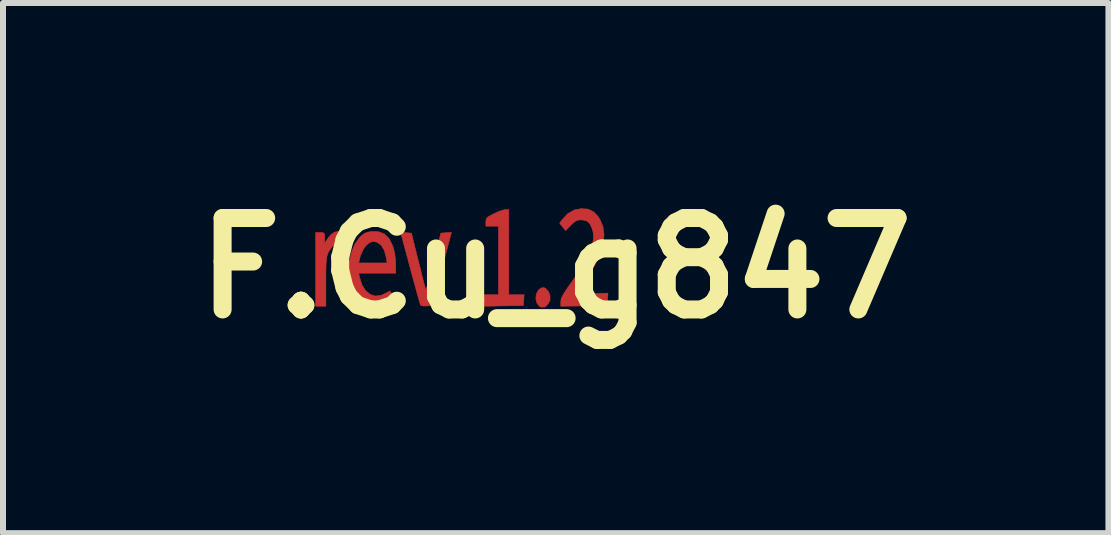
<source format=kicad_pcb>
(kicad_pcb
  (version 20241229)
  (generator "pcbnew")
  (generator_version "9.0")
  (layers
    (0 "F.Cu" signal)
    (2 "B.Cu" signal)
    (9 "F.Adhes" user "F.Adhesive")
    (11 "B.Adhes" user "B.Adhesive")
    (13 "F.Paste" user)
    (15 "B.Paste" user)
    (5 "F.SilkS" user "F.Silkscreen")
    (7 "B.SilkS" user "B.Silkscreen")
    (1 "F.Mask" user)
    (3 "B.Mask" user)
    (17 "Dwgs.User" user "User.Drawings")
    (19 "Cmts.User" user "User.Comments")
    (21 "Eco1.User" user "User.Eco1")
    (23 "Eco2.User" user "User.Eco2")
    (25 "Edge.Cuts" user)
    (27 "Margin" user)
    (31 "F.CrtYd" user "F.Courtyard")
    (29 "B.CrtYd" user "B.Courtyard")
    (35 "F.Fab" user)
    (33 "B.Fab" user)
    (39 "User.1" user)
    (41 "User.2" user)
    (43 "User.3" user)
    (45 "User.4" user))
  (footprint "F.Cu_g847"
    (layer "F.Cu")
    (at 6.212 1.418)
    (property "Reference" "F.Cu_g847" (at 0 0 0) (layer "F.SilkS") (effects (font (size 1.524 1.524) (thickness 0.3))))
    (attr through_hole)
    (fp_poly (pts (xy -0.189 0.329) (xy -0.162 0.345) (xy -0.119 0.395) (xy -0.095 0.465) (xy -0.096 0.535) (xy -0.099 0.545) (xy -0.137 0.611) (xy -0.187 0.649) (xy -0.243 0.651) (xy -0.267 0.64) (xy -0.311 0.587) (xy -0.331 0.515) (xy -0.325 0.439) (xy -0.293 0.374) (xy -0.264 0.347) (xy -0.222 0.325) (xy -0.189 0.329)) (stroke (width 0.01) (type solid)) (fill yes) (layer "F.Cu"))
    (fp_poly (pts (xy -0.783 0.445) (xy -0.527 0.445) (xy -0.533 0.534) (xy -0.54 0.624) (xy -0.884 0.63) (xy -1.228 0.636) (xy -1.228 0.445) (xy -0.953 0.445) (xy -0.953 -0.699) (xy -1.164 -0.699) (xy -1.164 -0.77) (xy -1.161 -0.808) (xy -1.147 -0.837) (xy -1.113 -0.863) (xy -1.051 -0.896) (xy -1.029 -0.907) (xy -0.953 -0.941) (xy -0.885 -0.965) (xy -0.839 -0.974) (xy -0.783 -0.974) (xy -0.783 0.445)) (stroke (width 0.01) (type solid)) (fill yes) (layer "F.Cu"))
    (fp_poly (pts (xy -3.5 -0.534) (xy -3.509 -0.476) (xy -3.513 -0.433) (xy -3.513 -0.429) (xy -3.532 -0.412) (xy -3.575 -0.415) (xy -3.651 -0.41) (xy -3.72 -0.365) (xy -3.78 -0.283) (xy -3.788 -0.267) (xy -3.803 -0.232) (xy -3.814 -0.194) (xy -3.822 -0.146) (xy -3.827 -0.082) (xy -3.83 0.005) (xy -3.831 0.124) (xy -3.831 0.229) (xy -3.831 0.635) (xy -4 0.635) (xy -4 -0.593) (xy -3.926 -0.593) (xy -3.88 -0.59) (xy -3.859 -0.576) (xy -3.853 -0.536) (xy -3.852 -0.503) (xy -3.852 -0.414) (xy -3.799 -0.492) (xy -3.742 -0.562) (xy -3.683 -0.6) (xy -3.605 -0.613) (xy -3.576 -0.614) (xy -3.487 -0.614) (xy -3.5 -0.534)) (stroke (width 0.01) (type solid)) (fill yes) (layer "F.Cu"))
    (fp_poly (pts (xy -1.832 -0.239) (xy -1.87 -0.098) (xy -1.91 0.053) (xy -1.949 0.199) (xy -1.982 0.325) (xy -1.995 0.37) (xy -2.064 0.624) (xy -2.152 0.631) (xy -2.209 0.631) (xy -2.247 0.622) (xy -2.252 0.618) (xy -2.26 0.593) (xy -2.278 0.533) (xy -2.304 0.442) (xy -2.335 0.328) (xy -2.372 0.194) (xy -2.412 0.047) (xy -2.414 0.04) (xy -2.454 -0.109) (xy -2.49 -0.246) (xy -2.522 -0.364) (xy -2.548 -0.46) (xy -2.566 -0.526) (xy -2.575 -0.557) (xy -2.575 -0.557) (xy -2.576 -0.581) (xy -2.557 -0.59) (xy -2.506 -0.589) (xy -2.495 -0.589) (xy -2.405 -0.582) (xy -2.292 -0.127) (xy -2.258 0.007) (xy -2.228 0.129) (xy -2.202 0.231) (xy -2.182 0.307) (xy -2.169 0.352) (xy -2.167 0.36) (xy -2.159 0.349) (xy -2.142 0.303) (xy -2.119 0.225) (xy -2.091 0.123) (xy -2.058 -0.001) (xy -2.035 -0.095) (xy -1.915 -0.582) (xy -1.827 -0.589) (xy -1.739 -0.595) (xy -1.832 -0.239)) (stroke (width 0.01) (type solid)) (fill yes) (layer "F.Cu"))
    (fp_poly (pts (xy 0.534 -0.983) (xy 0.628 -0.94) (xy 0.705 -0.861) (xy 0.738 -0.808) (xy 0.787 -0.688) (xy 0.805 -0.557) (xy 0.791 -0.414) (xy 0.746 -0.256) (xy 0.667 -0.079) (xy 0.555 0.117) (xy 0.465 0.256) (xy 0.342 0.438) (xy 0.87 0.418) (xy 0.864 0.521) (xy 0.857 0.624) (xy 0.471 0.63) (xy 0.085 0.636) (xy 0.085 0.561) (xy 0.089 0.524) (xy 0.105 0.48) (xy 0.137 0.423) (xy 0.186 0.346) (xy 0.258 0.244) (xy 0.274 0.221) (xy 0.403 0.035) (xy 0.501 -0.127) (xy 0.571 -0.268) (xy 0.614 -0.392) (xy 0.631 -0.501) (xy 0.624 -0.6) (xy 0.604 -0.667) (xy 0.566 -0.744) (xy 0.516 -0.787) (xy 0.446 -0.803) (xy 0.414 -0.804) (xy 0.362 -0.798) (xy 0.315 -0.772) (xy 0.258 -0.721) (xy 0.252 -0.715) (xy 0.165 -0.625) (xy 0.115 -0.687) (xy 0.066 -0.749) (xy 0.109 -0.808) (xy 0.201 -0.907) (xy 0.31 -0.968) (xy 0.42 -0.99) (xy 0.534 -0.983)) (stroke (width 0.01) (type solid)) (fill yes) (layer "F.Cu"))
    (fp_poly (pts (xy -2.948 -0.605) (xy -2.856 -0.569) (xy -2.784 -0.5) (xy -2.727 -0.393) (xy -2.701 -0.319) (xy -2.683 -0.233) (xy -2.67 -0.131) (xy -2.667 -0.06) (xy -2.667 0.085) (xy -3.284 0.085) (xy -3.27 0.153) (xy -3.23 0.28) (xy -3.17 0.376) (xy -3.094 0.439) (xy -3.007 0.466) (xy -2.911 0.455) (xy -2.839 0.422) (xy -2.793 0.396) (xy -2.765 0.385) (xy -2.763 0.385) (xy -2.739 0.425) (xy -2.718 0.477) (xy -2.709 0.515) (xy -2.728 0.544) (xy -2.776 0.577) (xy -2.841 0.611) (xy -2.913 0.638) (xy -2.979 0.654) (xy -3.005 0.656) (xy -3.071 0.646) (xy -3.147 0.621) (xy -3.176 0.609) (xy -3.25 0.558) (xy -3.316 0.492) (xy -3.328 0.476) (xy -3.393 0.349) (xy -3.432 0.202) (xy -3.447 0.044) (xy -3.439 -0.085) (xy -3.284 -0.085) (xy -2.81 -0.085) (xy -2.824 -0.173) (xy -2.856 -0.294) (xy -2.907 -0.381) (xy -2.976 -0.431) (xy -3.044 -0.445) (xy -3.106 -0.425) (xy -3.167 -0.371) (xy -3.22 -0.29) (xy -3.26 -0.191) (xy -3.269 -0.153) (xy -3.284 -0.085) (xy -3.439 -0.085) (xy -3.437 -0.115) (xy -3.403 -0.267) (xy -3.347 -0.402) (xy -3.268 -0.511) (xy -3.261 -0.518) (xy -3.202 -0.568) (xy -3.149 -0.595) (xy -3.079 -0.608) (xy -3.063 -0.609) (xy -2.948 -0.605)) (stroke (width 0.01) (type solid)) (fill yes) (layer "F.Cu")))
  (gr_rect
    (start -3 -3)
    (end 15.424 5.836)
    (stroke (width 0.1) (type default))
    (fill no)
    (layer "Edge.Cuts")))
</source>
